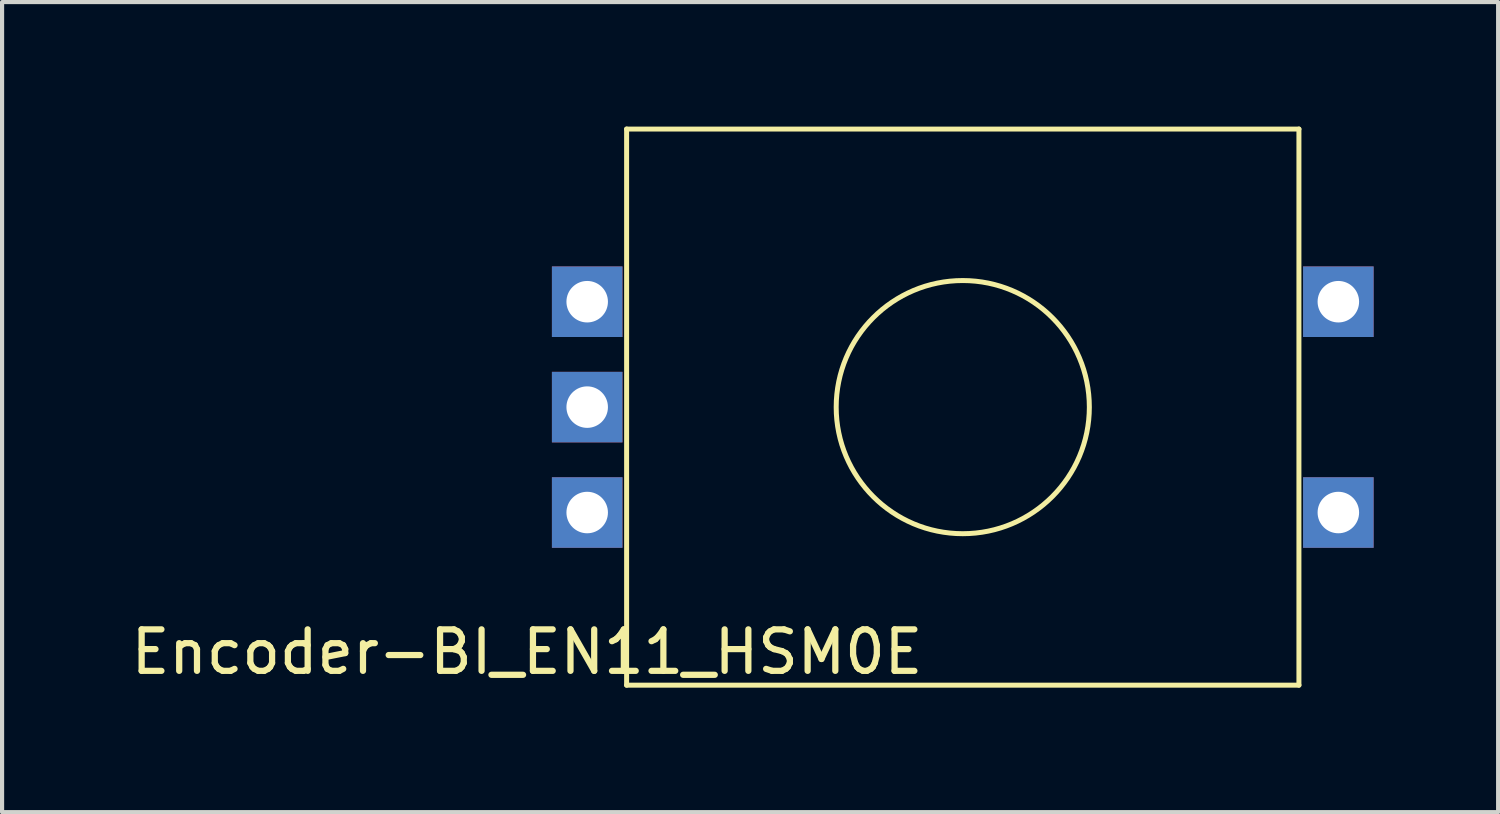
<source format=kicad_pcb>
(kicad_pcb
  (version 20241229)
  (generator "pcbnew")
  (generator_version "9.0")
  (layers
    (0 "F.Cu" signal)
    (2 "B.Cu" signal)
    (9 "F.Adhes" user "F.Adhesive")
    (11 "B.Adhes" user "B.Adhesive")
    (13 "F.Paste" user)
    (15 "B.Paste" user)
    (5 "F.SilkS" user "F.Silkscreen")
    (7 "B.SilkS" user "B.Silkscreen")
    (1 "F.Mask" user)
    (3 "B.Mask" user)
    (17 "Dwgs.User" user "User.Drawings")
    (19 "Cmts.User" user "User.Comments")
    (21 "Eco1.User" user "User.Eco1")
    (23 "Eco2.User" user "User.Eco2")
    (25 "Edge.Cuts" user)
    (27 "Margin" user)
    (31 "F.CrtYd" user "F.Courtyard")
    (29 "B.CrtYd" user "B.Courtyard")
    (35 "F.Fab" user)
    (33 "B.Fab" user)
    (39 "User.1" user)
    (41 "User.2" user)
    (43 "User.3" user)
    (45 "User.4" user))
  (footprint "Encoder-BI_EN11_HSM0E"
    (layer "F.Cu")
    (at 20.149 6.76)
    (property "Reference" "Encoder-BI_EN11_HSM0E" (at -10.5 5.9 0) (layer "F.SilkS") (effects (font (size 1 1) (thickness 0.15))))
    (attr through_hole)
    (fp_line (start -8.1 -6.7) (end 8.1 -6.7) (stroke (width 0.12) (type solid)) (layer "F.SilkS"))
    (fp_line (start -8.1 6.7) (end -8.1 -6.7) (stroke (width 0.12) (type solid)) (layer "F.SilkS"))
    (fp_line (start 8.1 6.7) (end -8.1 6.7) (stroke (width 0.12) (type solid)) (layer "F.SilkS"))
    (fp_line (start 8.1 6.7) (end 8.1 -6.7) (stroke (width 0.12) (type solid)) (layer "F.SilkS"))
    (fp_circle (center 0 0) (end 3.05 0) (stroke (width 0.12) (type solid)) (fill no) (layer "F.SilkS"))
    (pad "A" thru_hole rect (at -9.05 2.54) (size 1.7 1.7) (drill 1) (layers "*.Cu" "*.Mask"))
    (pad "B" thru_hole rect (at -9.05 -2.54) (size 1.7 1.7) (drill 1) (layers "*.Cu" "*.Mask"))
    (pad "C" thru_hole rect (at -9.05 0) (size 1.7 1.7) (drill 1) (layers "*.Cu" "*.Mask"))
    (pad "S1" thru_hole rect (at 9.05 -2.54) (size 1.7 1.7) (drill 1) (layers "*.Cu" "*.Mask"))
    (pad "S2" thru_hole rect (at 9.05 2.54) (size 1.7 1.7) (drill 1) (layers "*.Cu" "*.Mask")))
  (gr_rect
    (start -3 -3)
    (end 33.049 16.52)
    (stroke (width 0.1) (type default))
    (fill no)
    (layer "Edge.Cuts")))
</source>
